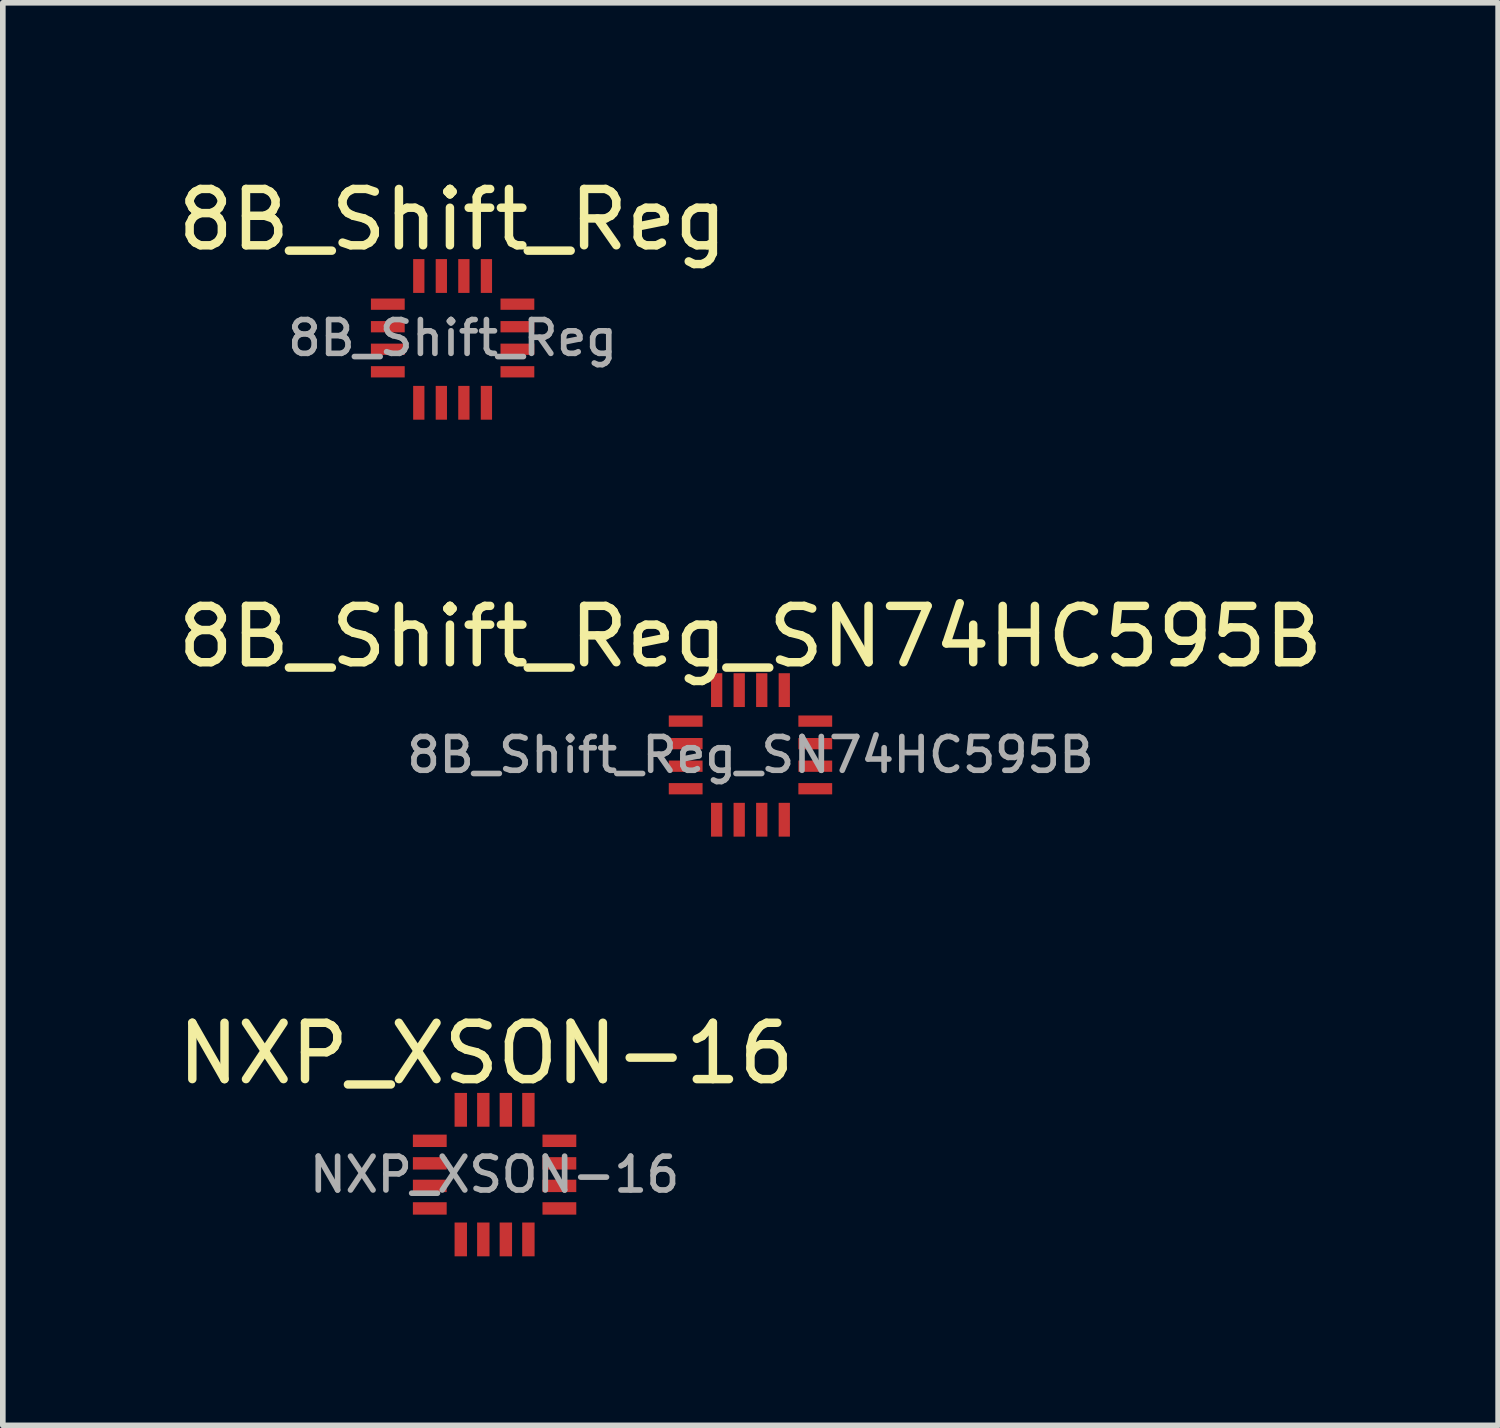
<source format=kicad_pcb>
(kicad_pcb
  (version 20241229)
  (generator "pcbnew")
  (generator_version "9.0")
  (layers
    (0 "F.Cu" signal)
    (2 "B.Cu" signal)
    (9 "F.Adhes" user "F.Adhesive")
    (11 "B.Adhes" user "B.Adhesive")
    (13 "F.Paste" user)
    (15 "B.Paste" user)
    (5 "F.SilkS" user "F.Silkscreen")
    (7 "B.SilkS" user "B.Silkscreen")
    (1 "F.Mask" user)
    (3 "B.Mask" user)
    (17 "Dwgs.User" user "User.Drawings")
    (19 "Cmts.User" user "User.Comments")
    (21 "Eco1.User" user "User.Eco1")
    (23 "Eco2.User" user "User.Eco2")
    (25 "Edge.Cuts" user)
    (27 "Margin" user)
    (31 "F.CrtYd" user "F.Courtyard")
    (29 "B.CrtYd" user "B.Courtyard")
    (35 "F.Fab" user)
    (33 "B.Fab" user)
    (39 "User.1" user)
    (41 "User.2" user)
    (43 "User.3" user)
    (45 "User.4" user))
  (footprint "NXP_XSON-16"
    (layer "F.Cu")
    (at 5.577 18.645)
    (property "Reference" "NXP_XSON-16" (at 0 -3 0) (layer "F.SilkS") (effects (font (size 1 1) (thickness 0.15))))
    (attr smd)
    (fp_text user "${REFERENCE}" (at 0.15 -0.85 0) (layer "F.Fab") (effects (font (size 0.6 0.6) (thickness 0.1))))
    (pad "1" smd rect (at -1 -1.45) (size 0.6 0.22) (layers "F.Cu" "F.Mask" "F.Paste"))
    (pad "2" smd rect (at -1 -1.05) (size 0.6 0.22) (layers "F.Cu" "F.Mask" "F.Paste"))
    (pad "3" smd rect (at -1 -0.65) (size 0.6 0.22) (layers "F.Cu" "F.Mask" "F.Paste"))
    (pad "4" smd rect (at -1 -0.25) (size 0.6 0.22) (layers "F.Cu" "F.Mask" "F.Paste"))
    (pad "5" smd rect (at -0.45 0.3 90) (size 0.6 0.22) (layers "F.Cu" "F.Mask" "F.Paste"))
    (pad "6" smd rect (at -0.05 0.3 90) (size 0.6 0.22) (layers "F.Cu" "F.Mask" "F.Paste"))
    (pad "7" smd rect (at 0.35 0.3 90) (size 0.6 0.22) (layers "F.Cu" "F.Mask" "F.Paste"))
    (pad "8" smd rect (at 0.75 0.3 90) (size 0.6 0.22) (layers "F.Cu" "F.Mask" "F.Paste"))
    (pad "9" smd rect (at 1.3 -0.25) (size 0.6 0.22) (layers "F.Cu" "F.Mask" "F.Paste"))
    (pad "10" smd rect (at 1.3 -0.65) (size 0.6 0.22) (layers "F.Cu" "F.Mask" "F.Paste"))
    (pad "11" smd rect (at 1.3 -1.05) (size 0.6 0.22) (layers "F.Cu" "F.Mask" "F.Paste"))
    (pad "12" smd rect (at 1.3 -1.45) (size 0.6 0.22) (layers "F.Cu" "F.Mask" "F.Paste"))
    (pad "13" smd rect (at 0.75 -2 90) (size 0.6 0.22) (layers "F.Cu" "F.Mask" "F.Paste"))
    (pad "14" smd rect (at 0.35 -2 90) (size 0.6 0.22) (layers "F.Cu" "F.Mask" "F.Paste"))
    (pad "15" smd rect (at -0.05 -2 90) (size 0.6 0.22) (layers "F.Cu" "F.Mask" "F.Paste"))
    (pad "16" smd rect (at -0.45 -2 90) (size 0.6 0.22) (layers "F.Cu" "F.Mask" "F.Paste")))
  (footprint "8B_Shift_Reg_SN74HC595B"
    (layer "F.Cu")
    (at 10.268 10.347)
    (property "Reference" "8B_Shift_Reg_SN74HC595B" (at 0 -2.1 0) (layer "F.SilkS") (effects (font (size 1 1) (thickness 0.15))))
    (attr smd)
    (fp_text user "${REFERENCE}" (at 0 0 0) (layer "F.Fab") (effects (font (size 0.6 0.6) (thickness 0.1))))
    (pad "1" smd rect (at -1.15 0.6 180) (size 0.6 0.2) (layers "F.Cu" "F.Mask" "F.Paste"))
    (pad "2" smd rect (at -1.15 0.2 180) (size 0.6 0.2) (layers "F.Cu" "F.Mask" "F.Paste"))
    (pad "3" smd rect (at -1.15 -0.2 180) (size 0.6 0.2) (layers "F.Cu" "F.Mask" "F.Paste"))
    (pad "4" smd rect (at -1.15 -0.6 180) (size 0.6 0.2) (layers "F.Cu" "F.Mask" "F.Paste"))
    (pad "5" smd rect (at -0.6 -1.15 90) (size 0.6 0.2) (layers "F.Cu" "F.Mask" "F.Paste"))
    (pad "6" smd rect (at -0.2 -1.15 90) (size 0.6 0.2) (layers "F.Cu" "F.Mask" "F.Paste"))
    (pad "7" smd rect (at 0.2 -1.15 90) (size 0.6 0.2) (layers "F.Cu" "F.Mask" "F.Paste"))
    (pad "8" smd rect (at 0.6 -1.15 90) (size 0.6 0.2) (layers "F.Cu" "F.Mask" "F.Paste"))
    (pad "9" smd rect (at 1.15 -0.6 180) (size 0.6 0.2) (layers "F.Cu" "F.Mask" "F.Paste"))
    (pad "10" smd rect (at 1.15 -0.2 180) (size 0.6 0.2) (layers "F.Cu" "F.Mask" "F.Paste"))
    (pad "11" smd rect (at 1.15 0.2 180) (size 0.6 0.2) (layers "F.Cu" "F.Mask" "F.Paste"))
    (pad "12" smd rect (at 1.15 0.6 180) (size 0.6 0.2) (layers "F.Cu" "F.Mask" "F.Paste"))
    (pad "13" smd rect (at 0.6 1.15 90) (size 0.6 0.2) (layers "F.Cu" "F.Mask" "F.Paste"))
    (pad "14" smd rect (at 0.2 1.15 90) (size 0.6 0.2) (layers "F.Cu" "F.Mask" "F.Paste"))
    (pad "15" smd rect (at -0.2 1.15 90) (size 0.6 0.2) (layers "F.Cu" "F.Mask" "F.Paste"))
    (pad "16" smd rect (at -0.6 1.15 90) (size 0.6 0.2) (layers "F.Cu" "F.Mask" "F.Paste")))
  (footprint "8B_Shift_Reg"
    (layer "F.Cu")
    (at 4.982 2.948)
    (property "Reference" "8B_Shift_Reg" (at 0 -2.1 0) (layer "F.SilkS") (effects (font (size 1 1) (thickness 0.15))))
    (attr smd)
    (fp_text user "${REFERENCE}" (at 0 0 0) (layer "F.Fab") (effects (font (size 0.6 0.6) (thickness 0.1))))
    (pad "1" smd rect (at -1.15 0.6 180) (size 0.6 0.2) (layers "F.Cu" "F.Mask" "F.Paste"))
    (pad "2" smd rect (at -1.15 0.2 180) (size 0.6 0.2) (layers "F.Cu" "F.Mask" "F.Paste"))
    (pad "3" smd rect (at -1.15 -0.2 180) (size 0.6 0.2) (layers "F.Cu" "F.Mask" "F.Paste"))
    (pad "4" smd rect (at -1.15 -0.6 180) (size 0.6 0.2) (layers "F.Cu" "F.Mask" "F.Paste"))
    (pad "5" smd rect (at -0.6 -1.1 90) (size 0.6 0.2) (layers "F.Cu" "F.Mask" "F.Paste"))
    (pad "6" smd rect (at -0.2 -1.1 90) (size 0.6 0.2) (layers "F.Cu" "F.Mask" "F.Paste"))
    (pad "7" smd rect (at 0.2 -1.1 90) (size 0.6 0.2) (layers "F.Cu" "F.Mask" "F.Paste"))
    (pad "8" smd rect (at 0.6 -1.1 90) (size 0.6 0.2) (layers "F.Cu" "F.Mask" "F.Paste"))
    (pad "9" smd rect (at 1.15 -0.6 180) (size 0.6 0.2) (layers "F.Cu" "F.Mask" "F.Paste"))
    (pad "10" smd rect (at 1.15 -0.2 180) (size 0.6 0.2) (layers "F.Cu" "F.Mask" "F.Paste"))
    (pad "11" smd rect (at 1.15 0.2 180) (size 0.6 0.2) (layers "F.Cu" "F.Mask" "F.Paste"))
    (pad "12" smd rect (at 1.15 0.6 180) (size 0.6 0.2) (layers "F.Cu" "F.Mask" "F.Paste"))
    (pad "13" smd rect (at 0.6 1.15 90) (size 0.6 0.2) (layers "F.Cu" "F.Mask" "F.Paste"))
    (pad "14" smd rect (at 0.2 1.15 90) (size 0.6 0.2) (layers "F.Cu" "F.Mask" "F.Paste"))
    (pad "15" smd rect (at -0.2 1.15 90) (size 0.6 0.2) (layers "F.Cu" "F.Mask" "F.Paste"))
    (pad "16" smd rect (at -0.6 1.15 90) (size 0.6 0.2) (layers "F.Cu" "F.Mask" "F.Paste")))
  (gr_rect
    (start -3 -3)
    (end 23.536 22.245)
    (stroke (width 0.1) (type default))
    (fill no)
    (layer "Edge.Cuts")))
</source>
